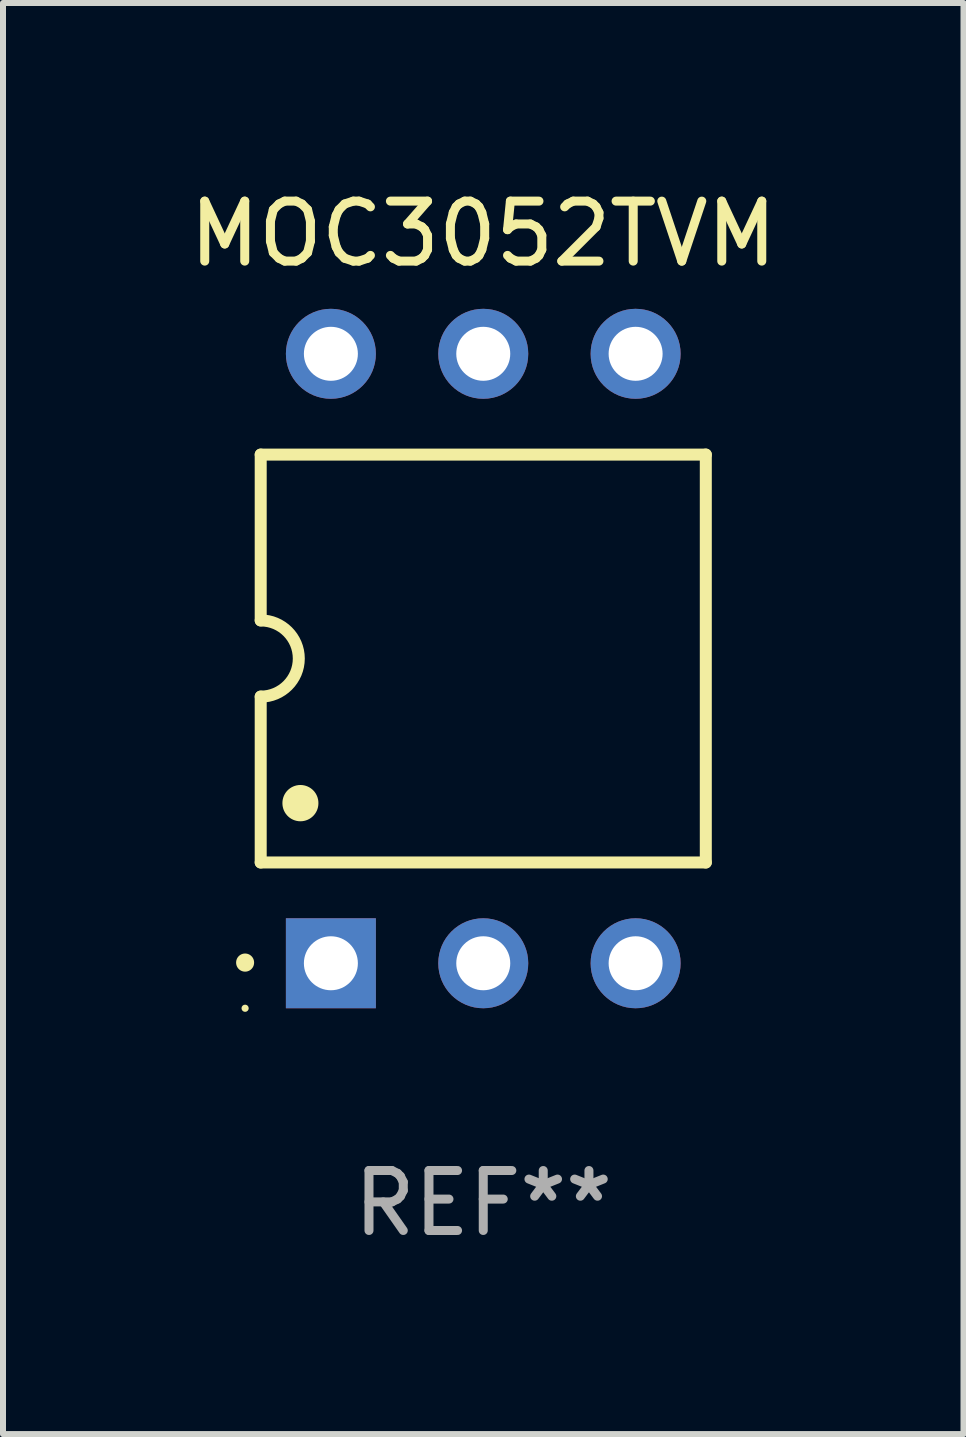
<source format=kicad_pcb>
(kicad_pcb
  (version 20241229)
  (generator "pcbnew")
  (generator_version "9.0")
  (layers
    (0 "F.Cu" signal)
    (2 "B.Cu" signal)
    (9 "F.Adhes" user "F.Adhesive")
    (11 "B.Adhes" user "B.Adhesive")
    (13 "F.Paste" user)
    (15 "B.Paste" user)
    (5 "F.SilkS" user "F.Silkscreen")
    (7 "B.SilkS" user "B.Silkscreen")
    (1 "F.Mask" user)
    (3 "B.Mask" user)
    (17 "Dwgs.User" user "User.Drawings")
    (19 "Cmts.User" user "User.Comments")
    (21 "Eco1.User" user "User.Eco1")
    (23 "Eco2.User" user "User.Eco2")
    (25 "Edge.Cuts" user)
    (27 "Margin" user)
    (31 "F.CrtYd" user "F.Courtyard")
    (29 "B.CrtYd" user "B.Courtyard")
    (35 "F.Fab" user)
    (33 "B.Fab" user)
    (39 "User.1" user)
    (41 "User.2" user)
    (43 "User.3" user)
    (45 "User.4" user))
  (footprint "MOC3052TVM"
    (layer "F.Cu")
    (at 5.006 7.928)
    (property "Reference" "MOC3052TVM" (at 0 -7.08 0) (layer "F.SilkS") (effects (font (size 1 1) (thickness 0.15))))
    (attr through_hole)
    (fp_line (start -3.71 -3.4) (end -3.71 -0.635) (stroke (width 0.2) (type solid)) (layer "F.SilkS"))
    (fp_line (start -3.71 -3.4) (end 3.71 -3.4) (stroke (width 0.2) (type solid)) (layer "F.SilkS"))
    (fp_line (start -3.71 0.634) (end -3.71 3.4) (stroke (width 0.2) (type solid)) (layer "F.SilkS"))
    (fp_line (start 3.71 3.4) (end -3.71 3.4) (stroke (width 0.2) (type solid)) (layer "F.SilkS"))
    (fp_line (start 3.71 3.4) (end 3.71 -3.4) (stroke (width 0.2) (type solid)) (layer "F.SilkS"))
    (fp_arc (start -3.970028 5.069901) (mid -3.970033 5.068631) (end -3.970028 5.067361) (stroke (width 0.3) (type solid)) (layer "F.SilkS"))
    (fp_arc (start -3.709982 -0.63495) (mid -3.074981 0.000051) (end -3.709982 0.635052) (stroke (width 0.2) (type solid)) (layer "F.SilkS"))
    (fp_arc (start -3.048006 2.413056) (mid -3.048017 2.410516) (end -3.048006 2.407976) (stroke (width 0.6) (type solid)) (layer "F.SilkS"))
    (fp_circle (center -3.97 5.83) (end -3.94 5.83) (stroke (width 0.06) (type solid)) (fill no) (layer "F.SilkS"))
    (fp_text user "REF**" (at 0 9.08 0) (layer "F.Fab") (effects (font (size 1 1) (thickness 0.15))))
    (pad "1" thru_hole rect (at -2.54 5.08 90) (size 1.5 1.5) (drill 0.9) (layers "*.Cu" "*.Mask"))
    (pad "2" thru_hole circle (at 0.000051 5.08) (size 1.5 1.5) (drill 0.9) (layers "*.Cu" "*.Mask"))
    (pad "3" thru_hole circle (at 2.54 5.08) (size 1.5 1.5) (drill 0.9) (layers "*.Cu" "*.Mask"))
    (pad "4" thru_hole circle (at 2.54 -5.08) (size 1.5 1.5) (drill 0.9) (layers "*.Cu" "*.Mask"))
    (pad "5" thru_hole circle (at 0.000051 -5.08) (size 1.5 1.5) (drill 0.9) (layers "*.Cu" "*.Mask"))
    (pad "6" thru_hole circle (at -2.54 -5.08) (size 1.5 1.5) (drill 0.9) (layers "*.Cu" "*.Mask")))
  (gr_rect
    (start -3 -3)
    (end 13.012 20.857)
    (stroke (width 0.1) (type default))
    (fill no)
    (layer "Edge.Cuts")))
</source>
